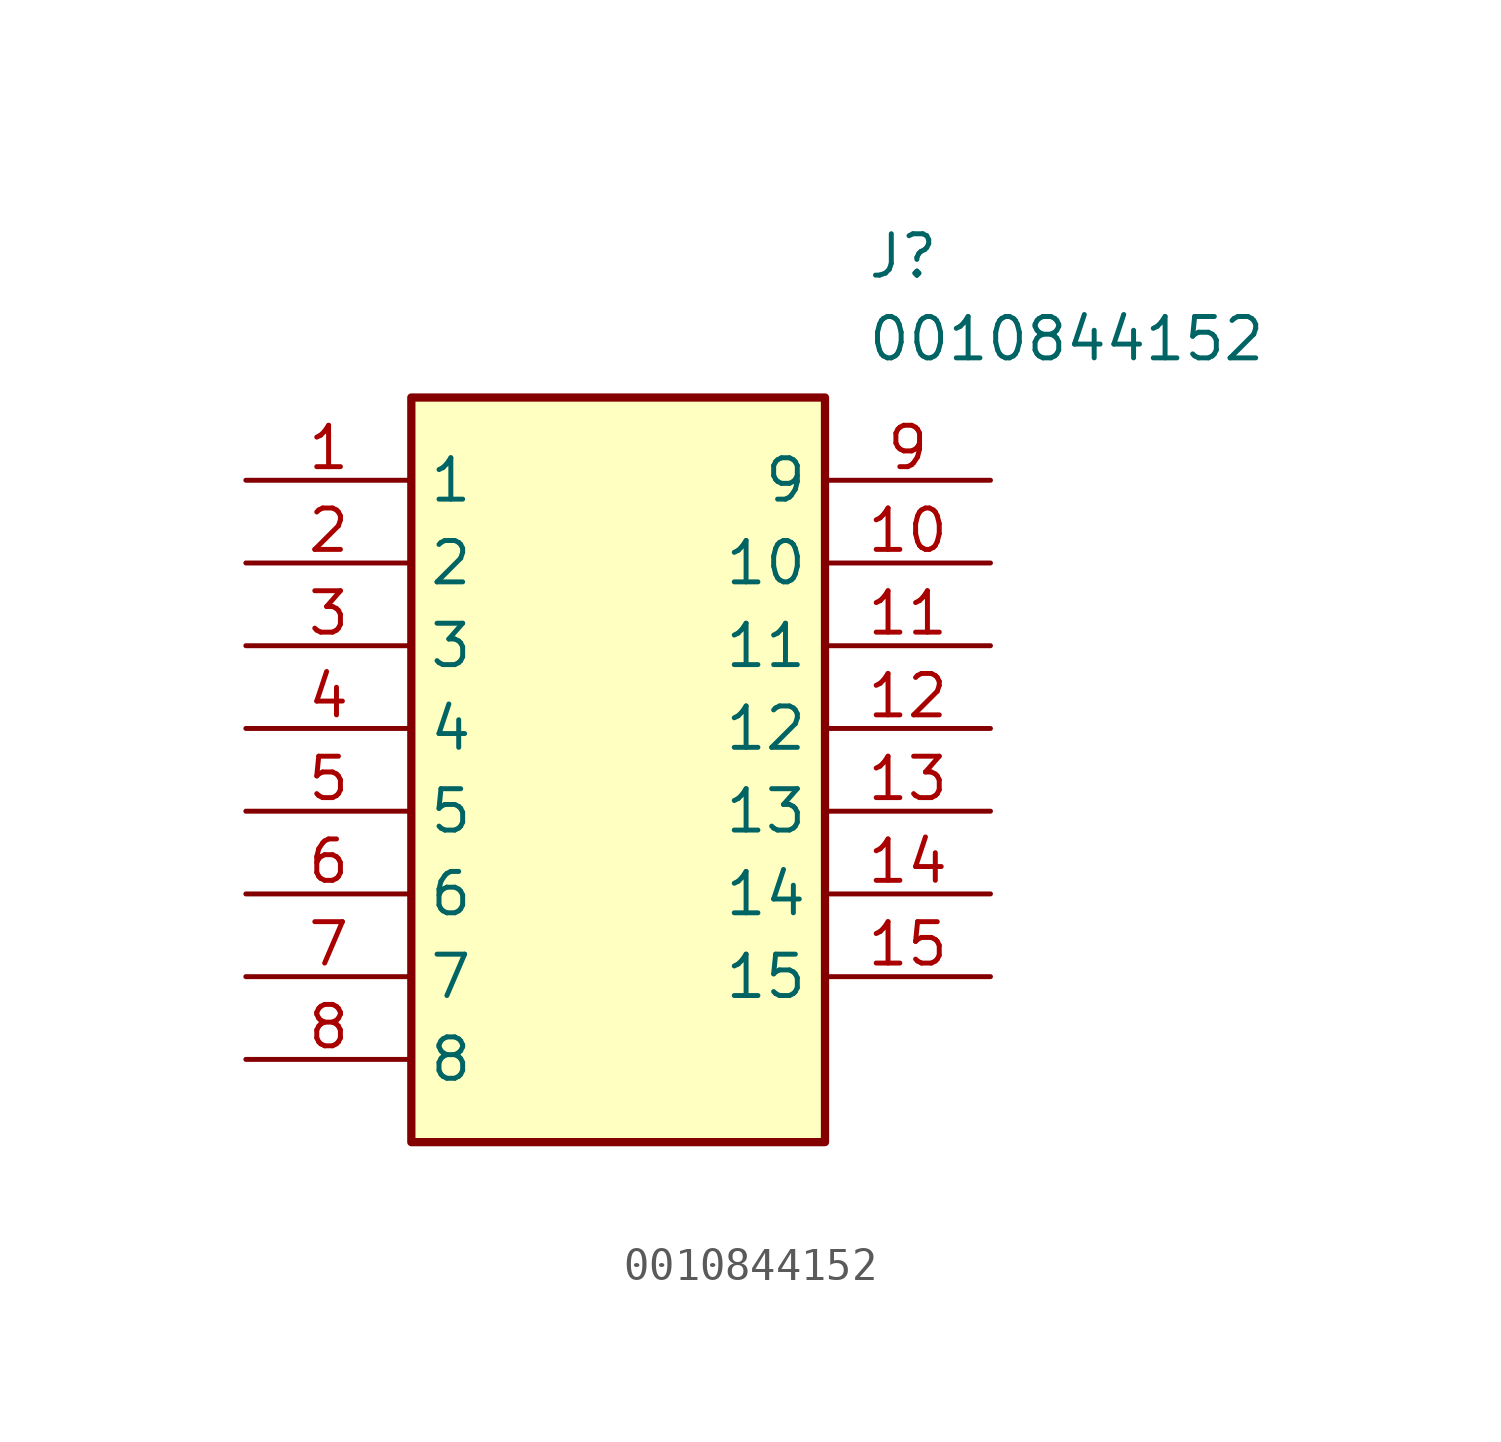
<source format=kicad_sym>
(kicad_symbol_lib
  (version 20211014)
  (generator SamacSys_ECAD_Model)
  (symbol "0010844152"
    (property "Reference" "J"
      (at 19.05 7.62 0)
      (effects (font (size 1.27 1.27)) (justify left top)))
    (property "Value" "0010844152"
      (at 19.05 5.08 0)
      (effects (font (size 1.27 1.27)) (justify left top)))
    (rectangle
      (start 5.08 2.54)
      (end 17.78 -20.32)
      (stroke (width 0.254) (type default))
      (fill (type background)))
    (pin passive line
      (at 0 0 0)
      (length 5.08)
      (name "1" (effects (font (size 1.27 1.27))))
      (number "1" (effects (font (size 1.27 1.27)))))
    (pin passive line
      (at 0 -2.54 0)
      (length 5.08)
      (name "2" (effects (font (size 1.27 1.27))))
      (number "2" (effects (font (size 1.27 1.27)))))
    (pin passive line
      (at 0 -5.08 0)
      (length 5.08)
      (name "3" (effects (font (size 1.27 1.27))))
      (number "3" (effects (font (size 1.27 1.27)))))
    (pin passive line
      (at 0 -7.62 0)
      (length 5.08)
      (name "4" (effects (font (size 1.27 1.27))))
      (number "4" (effects (font (size 1.27 1.27)))))
    (pin passive line
      (at 0 -10.16 0)
      (length 5.08)
      (name "5" (effects (font (size 1.27 1.27))))
      (number "5" (effects (font (size 1.27 1.27)))))
    (pin passive line
      (at 0 -12.7 0)
      (length 5.08)
      (name "6" (effects (font (size 1.27 1.27))))
      (number "6" (effects (font (size 1.27 1.27)))))
    (pin passive line
      (at 0 -15.24 0)
      (length 5.08)
      (name "7" (effects (font (size 1.27 1.27))))
      (number "7" (effects (font (size 1.27 1.27)))))
    (pin passive line
      (at 0 -17.78 0)
      (length 5.08)
      (name "8" (effects (font (size 1.27 1.27))))
      (number "8" (effects (font (size 1.27 1.27)))))
    (pin passive line
      (at 22.86 0 180)
      (length 5.08)
      (name "9" (effects (font (size 1.27 1.27))))
      (number "9" (effects (font (size 1.27 1.27)))))
    (pin passive line
      (at 22.86 -2.54 180)
      (length 5.08)
      (name "10" (effects (font (size 1.27 1.27))))
      (number "10" (effects (font (size 1.27 1.27)))))
    (pin passive line
      (at 22.86 -5.08 180)
      (length 5.08)
      (name "11" (effects (font (size 1.27 1.27))))
      (number "11" (effects (font (size 1.27 1.27)))))
    (pin passive line
      (at 22.86 -7.62 180)
      (length 5.08)
      (name "12" (effects (font (size 1.27 1.27))))
      (number "12" (effects (font (size 1.27 1.27)))))
    (pin passive line
      (at 22.86 -10.16 180)
      (length 5.08)
      (name "13" (effects (font (size 1.27 1.27))))
      (number "13" (effects (font (size 1.27 1.27)))))
    (pin passive line
      (at 22.86 -12.7 180)
      (length 5.08)
      (name "14" (effects (font (size 1.27 1.27))))
      (number "14" (effects (font (size 1.27 1.27)))))
    (pin passive line
      (at 22.86 -15.24 180)
      (length 5.08)
      (name "15" (effects (font (size 1.27 1.27))))
      (number "15" (effects (font (size 1.27 1.27)))))))
</source>
